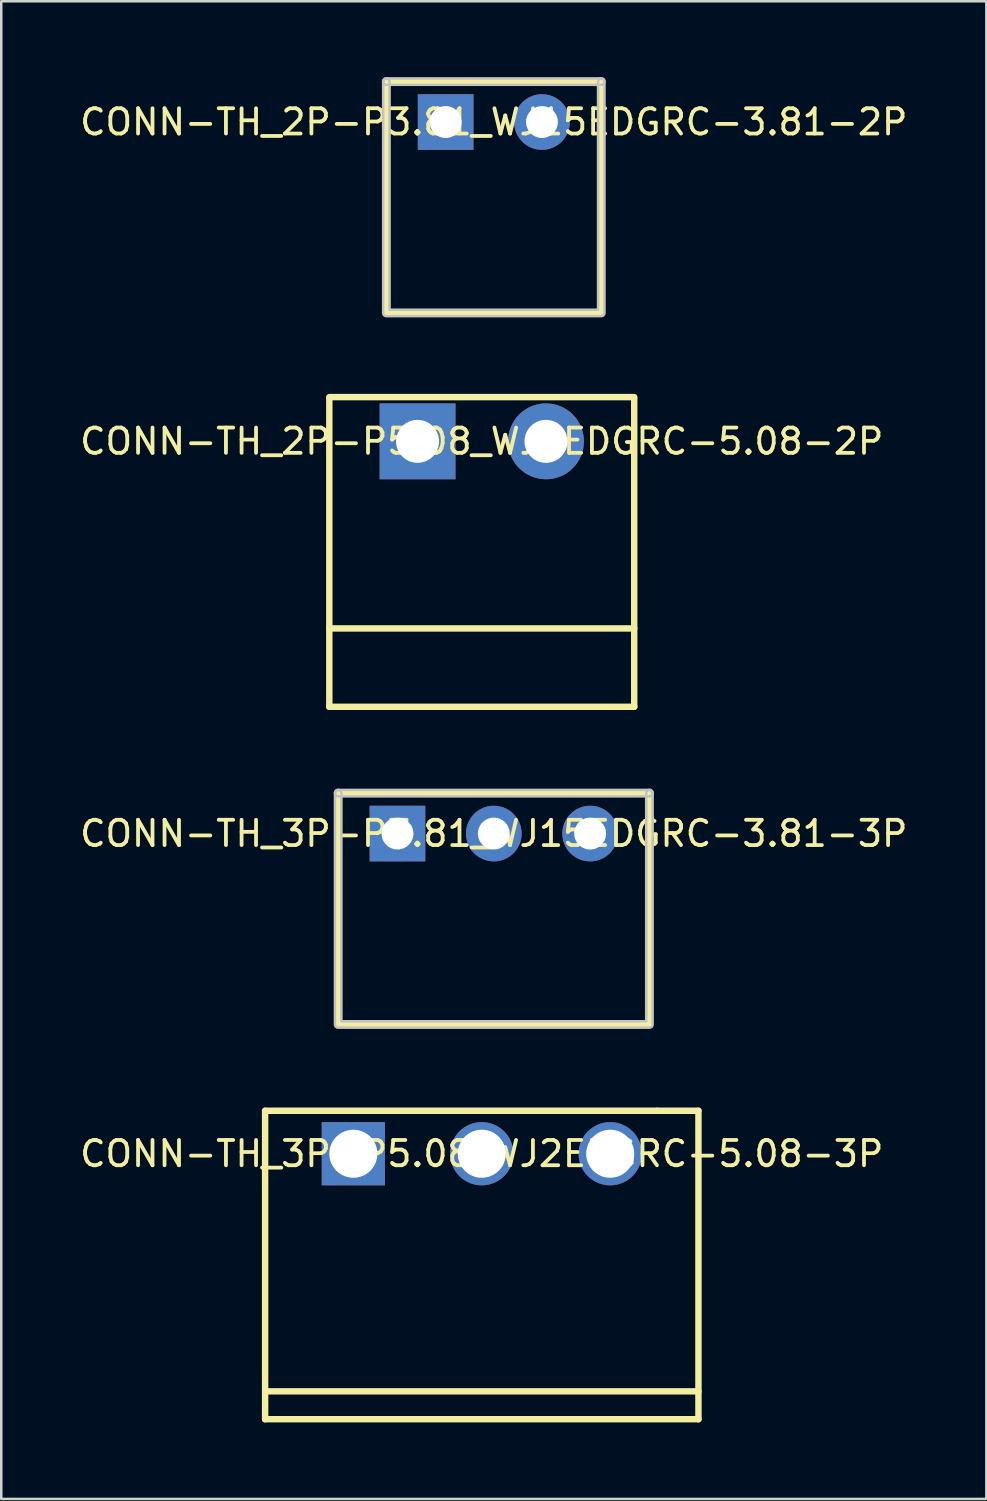
<source format=kicad_pcb>
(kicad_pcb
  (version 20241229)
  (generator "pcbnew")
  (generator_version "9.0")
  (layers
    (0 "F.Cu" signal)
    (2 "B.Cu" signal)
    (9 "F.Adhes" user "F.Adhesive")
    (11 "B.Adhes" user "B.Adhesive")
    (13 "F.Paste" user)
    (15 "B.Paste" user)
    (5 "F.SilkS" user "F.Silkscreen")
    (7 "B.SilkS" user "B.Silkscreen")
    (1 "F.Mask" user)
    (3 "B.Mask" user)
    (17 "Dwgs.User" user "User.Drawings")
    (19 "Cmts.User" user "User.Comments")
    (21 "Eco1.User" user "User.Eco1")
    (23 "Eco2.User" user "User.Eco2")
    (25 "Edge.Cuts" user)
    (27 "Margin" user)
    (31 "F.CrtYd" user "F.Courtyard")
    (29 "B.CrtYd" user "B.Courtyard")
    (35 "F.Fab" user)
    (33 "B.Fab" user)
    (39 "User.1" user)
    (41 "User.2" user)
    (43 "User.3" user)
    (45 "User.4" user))
  (footprint "CONN-TH_2P-P3.81_WJ15EDGRC-3.81-2P"
    (layer "F.Cu")
    (at 16.482 1.777)
    (property "Reference" "CONN-TH_2P-P3.81_WJ15EDGRC-3.81-2P" (at 0 0 0) (unlocked yes) (layer "F.SilkS") (effects (font (size 1 1) (thickness 0.15))))
    (fp_line (start -4.25 -1.6) (end -4.25 7.55) (stroke (width 0.254) (type default)) (layer "F.SilkS"))
    (fp_line (start -4.25 7.55) (end 4.25 7.55) (stroke (width 0.254) (type default)) (layer "F.SilkS"))
    (fp_line (start 4.25 -1.6) (end -4.25 -1.6) (stroke (width 0.254) (type default)) (layer "F.SilkS"))
    (fp_line (start 4.25 7.55) (end 4.25 -1.6) (stroke (width 0.254) (type default)) (layer "F.SilkS"))
    (fp_poly (pts (arc (start 4.25 -1.727) (mid 4.377 -1.6) (end 4.25 -1.473)) (arc (start -4.25 -1.473) (mid -4.377 -1.6) (end -4.25 -1.727))) (stroke (width 0.1) (type default)) (fill no) (layer "Dwgs.User"))
    (fp_poly (pts (arc (start -4.377 -1.6) (mid -4.25 -1.727) (end -4.123 -1.6)) (xy -4.123 7.423) (xy 4.123 7.423) (arc (start 4.123 -1.6) (mid 4.25 -1.727) (end 4.377 -1.6)) (arc (start 4.377 7.55) (mid 4.339803 7.639803) (end 4.25 7.677)) (arc (start -4.25 7.677) (mid -4.339803 7.639803) (end -4.377 7.55))) (stroke (width 0.1) (type default)) (fill no) (layer "Dwgs.User"))
    (fp_poly (pts (xy -2.305 -0.4) (xy -1.505 -0.4) (xy -1.505 0.4) (xy -2.305 0.4)) (stroke (width 0.1) (type default)) (fill no) (layer "User.1"))
    (fp_poly (pts (xy 1.505 -0.4) (xy 2.305 -0.4) (xy 2.305 0.4) (xy 1.505 0.4)) (stroke (width 0.1) (type default)) (fill no) (layer "User.1"))
    (fp_line (start -4.25 -1.6) (end 4.25 -1.6) (stroke (width 0.051) (type default)) (layer "User.2"))
    (fp_line (start -4.25 7.55) (end -4.25 -1.6) (stroke (width 0.051) (type default)) (layer "User.2"))
    (fp_line (start 4.25 -1.6) (end 4.25 7.55) (stroke (width 0.051) (type default)) (layer "User.2"))
    (fp_line (start 4.25 7.55) (end -4.25 7.55) (stroke (width 0.051) (type default)) (layer "User.2"))
    (fp_poly (pts (xy -4.19 7.55) (xy -4.208 7.508) (xy -4.25 7.49) (xy -4.292 7.508) (xy -4.31 7.55) (xy -4.292 7.592) (xy -4.25 7.61) (xy -4.208 7.592)) (stroke (width 0.1) (type default)) (fill no) (layer "User.3"))
    (pad "1" thru_hole rect (at -1.905 0) (size 2.2 2.2) (drill 1.26) (layers "*.Cu" "*.Mask"))
    (pad "2" thru_hole circle (at 1.905 0) (size 2.2 2.2) (drill 1.26) (layers "*.Cu" "*.Mask")))
  (footprint "CONN-TH_3P-P3.81_WJ15EDGRC-3.81-3P"
    (layer "F.Cu")
    (at 16.482 29.921)
    (property "Reference" "CONN-TH_3P-P3.81_WJ15EDGRC-3.81-3P" (at 0 0 0) (unlocked yes) (layer "F.SilkS") (effects (font (size 1 1) (thickness 0.15))))
    (fp_line (start -6.155 -1.6) (end -6.155 7.55) (stroke (width 0.254) (type default)) (layer "F.SilkS"))
    (fp_line (start -6.155 7.55) (end 6.155 7.55) (stroke (width 0.254) (type default)) (layer "F.SilkS"))
    (fp_line (start 6.155 -1.6) (end -6.155 -1.6) (stroke (width 0.254) (type default)) (layer "F.SilkS"))
    (fp_line (start 6.155 7.55) (end 6.155 -1.6) (stroke (width 0.254) (type default)) (layer "F.SilkS"))
    (fp_poly (pts (arc (start 6.155 -1.727) (mid 6.282 -1.6) (end 6.155 -1.473)) (arc (start -6.155 -1.473) (mid -6.282 -1.6) (end -6.155 -1.727))) (stroke (width 0.1) (type default)) (fill no) (layer "Dwgs.User"))
    (fp_poly (pts (arc (start -6.282 -1.6) (mid -6.155 -1.727) (end -6.028 -1.6)) (xy -6.028 7.423) (xy 6.028 7.423) (arc (start 6.028 -1.6) (mid 6.155 -1.727) (end 6.282 -1.6)) (arc (start 6.282 7.55) (mid 6.244803 7.639803) (end 6.155 7.677)) (arc (start -6.155 7.677) (mid -6.244803 7.639803) (end -6.282 7.55))) (stroke (width 0.1) (type default)) (fill no) (layer "Dwgs.User"))
    (fp_poly (pts (xy -4.21 -0.4) (xy -3.41 -0.4) (xy -3.41 0.4) (xy -4.21 0.4)) (stroke (width 0.1) (type default)) (fill no) (layer "User.1"))
    (fp_poly (pts (xy -0.4 -0.4) (xy 0.4 -0.4) (xy 0.4 0.4) (xy -0.4 0.4)) (stroke (width 0.1) (type default)) (fill no) (layer "User.1"))
    (fp_poly (pts (xy 3.41 -0.4) (xy 4.21 -0.4) (xy 4.21 0.4) (xy 3.41 0.4)) (stroke (width 0.1) (type default)) (fill no) (layer "User.1"))
    (fp_line (start -6.155 -1.6) (end 6.155 -1.6) (stroke (width 0.051) (type default)) (layer "User.2"))
    (fp_line (start -6.155 7.55) (end -6.155 -1.6) (stroke (width 0.051) (type default)) (layer "User.2"))
    (fp_line (start 6.155 -1.6) (end 6.155 7.55) (stroke (width 0.051) (type default)) (layer "User.2"))
    (fp_line (start 6.155 7.55) (end -6.155 7.55) (stroke (width 0.051) (type default)) (layer "User.2"))
    (fp_poly (pts (xy -6.095 7.55) (xy -6.113 7.508) (xy -6.155 7.49) (xy -6.197 7.508) (xy -6.215 7.55) (xy -6.197 7.592) (xy -6.155 7.61) (xy -6.113 7.592)) (stroke (width 0.1) (type default)) (fill no) (layer "User.3"))
    (pad "1" thru_hole rect (at -3.81 0) (size 2.2 2.2) (drill 1.26) (layers "*.Cu" "*.Mask"))
    (pad "2" thru_hole circle (at 0 0) (size 2.2 2.2) (drill 1.26) (layers "*.Cu" "*.Mask"))
    (pad "3" thru_hole circle (at 3.81 0) (size 2.2 2.2) (drill 1.26) (layers "*.Cu" "*.Mask")))
  (footprint "CONN-TH_2P-P5.08_WJ2EDGRC-5.08-2P"
    (layer "F.Cu")
    (at 16.006 14.407)
    (property "Reference" "CONN-TH_2P-P5.08_WJ2EDGRC-5.08-2P" (at 0 0 0) (unlocked yes) (layer "F.SilkS") (effects (font (size 1 1) (thickness 0.15))))
    (fp_line (start -6.03 7.4) (end 6.03 7.4) (stroke (width 0.254) (type default)) (layer "F.SilkS"))
    (fp_line (start -6.03 10.5) (end -6.03 -1.7) (stroke (width 0.254) (type default)) (layer "F.SilkS"))
    (fp_line (start -6.03 10.5) (end 6.03 10.5) (stroke (width 0.254) (type default)) (layer "F.SilkS"))
    (fp_line (start 6.03 -1.75) (end -6.03 -1.75) (stroke (width 0.254) (type default)) (layer "F.SilkS"))
    (fp_line (start 6.03 10.5) (end 6.03 -1.7) (stroke (width 0.254) (type default)) (layer "F.SilkS"))
    (fp_poly (pts (xy -1.79 0) (xy -1.809 -0.167) (xy -1.864 -0.325) (xy -1.954 -0.468) (xy -2.072 -0.586) (xy -2.215 -0.676) (xy -2.373 -0.731) (xy -2.54 -0.75) (xy -2.707 -0.731) (xy -2.865 -0.676) (xy -3.008 -0.586) (xy -3.126 -0.468) (xy -3.216 -0.325) (xy -3.271 -0.167) (xy -3.29 0) (xy -3.271 0.167) (xy -3.216 0.325) (xy -3.126 0.468) (xy -3.008 0.586) (xy -2.865 0.676) (xy -2.707 0.731) (xy -2.54 0.75) (xy -2.373 0.731) (xy -2.215 0.676) (xy -2.072 0.586) (xy -1.954 0.468) (xy -1.864 0.325) (xy -1.809 0.167)) (stroke (width 0.1) (type default)) (fill no) (layer "User.1"))
    (fp_poly (pts (xy 3.29 0) (xy 3.271 -0.167) (xy 3.216 -0.325) (xy 3.126 -0.468) (xy 3.008 -0.586) (xy 2.865 -0.676) (xy 2.707 -0.731) (xy 2.54 -0.75) (xy 2.373 -0.731) (xy 2.215 -0.676) (xy 2.072 -0.586) (xy 1.954 -0.468) (xy 1.864 -0.325) (xy 1.809 -0.167) (xy 1.79 0) (xy 1.809 0.167) (xy 1.864 0.325) (xy 1.954 0.468) (xy 2.072 0.586) (xy 2.215 0.676) (xy 2.373 0.731) (xy 2.54 0.75) (xy 2.707 0.731) (xy 2.865 0.676) (xy 3.008 0.586) (xy 3.126 0.468) (xy 3.216 0.325) (xy 3.271 0.167)) (stroke (width 0.1) (type default)) (fill no) (layer "User.1"))
    (fp_line (start -6.157 -1.877) (end 6.157 -1.877) (stroke (width 0.051) (type default)) (layer "User.2"))
    (fp_line (start -6.157 10.627) (end -6.157 -1.877) (stroke (width 0.051) (type default)) (layer "User.2"))
    (fp_line (start 6.157 -1.877) (end 6.157 10.627) (stroke (width 0.051) (type default)) (layer "User.2"))
    (fp_line (start 6.157 10.627) (end -6.157 10.627) (stroke (width 0.051) (type default)) (layer "User.2"))
    (fp_poly (pts (xy -6.097 10.627) (xy -6.115 10.585) (xy -6.157 10.567) (xy -6.199 10.585) (xy -6.217 10.627) (xy -6.199 10.669) (xy -6.157 10.687) (xy -6.115 10.669)) (stroke (width 0.1) (type default)) (fill no) (layer "User.3"))
    (pad "1" thru_hole rect (at -2.54 0) (size 3 3) (drill 1.7) (layers "*.Cu" "*.Mask"))
    (pad "2" thru_hole circle (at 2.54 0) (size 3 3) (drill 1.7) (layers "*.Cu" "*.Mask")))
  (footprint "CONN-TH_3P-P5.08_WJ2EDGRC-5.08-3P"
    (layer "F.Cu")
    (at 16.006 42.585)
    (property "Reference" "CONN-TH_3P-P5.08_WJ2EDGRC-5.08-3P" (at 0 0 0) (unlocked yes) (layer "F.SilkS") (effects (font (size 1 1) (thickness 0.15))))
    (fp_line (start -8.57 -1.7) (end -8.57 10.5) (stroke (width 0.254) (type default)) (layer "F.SilkS"))
    (fp_line (start -8.57 -1.7) (end 6.949 -1.7) (stroke (width 0.254) (type default)) (layer "F.SilkS"))
    (fp_line (start -8.57 9.398) (end 8.57 9.398) (stroke (width 0.254) (type default)) (layer "F.SilkS"))
    (fp_line (start 6.949 -1.7) (end 8.57 -1.7) (stroke (width 0.254) (type default)) (layer "F.SilkS"))
    (fp_line (start 8.57 10.5) (end -8.57 10.5) (stroke (width 0.254) (type default)) (layer "F.SilkS"))
    (fp_line (start 8.57 10.5) (end 8.57 -1.7) (stroke (width 0.254) (type default)) (layer "F.SilkS"))
    (fp_poly (pts (xy -4.23 0) (xy -4.249 -0.177) (xy -4.303 -0.346) (xy -4.392 -0.5) (xy -4.511 -0.632) (xy -4.655 -0.736) (xy -4.817 -0.808) (xy -4.991 -0.845) (xy -5.169 -0.845) (xy -5.343 -0.808) (xy -5.505 -0.736) (xy -5.649 -0.632) (xy -5.768 -0.5) (xy -5.857 -0.346) (xy -5.911 -0.177) (xy -5.93 0) (xy -5.911 0.177) (xy -5.857 0.346) (xy -5.768 0.5) (xy -5.649 0.632) (xy -5.505 0.736) (xy -5.343 0.808) (xy -5.169 0.845) (xy -4.991 0.845) (xy -4.817 0.808) (xy -4.655 0.736) (xy -4.511 0.632) (xy -4.392 0.5) (xy -4.303 0.346) (xy -4.249 0.177)) (stroke (width 0.1) (type default)) (fill no) (layer "User.1"))
    (fp_poly (pts (xy 0.85 0) (xy 0.831 -0.177) (xy 0.777 -0.346) (xy 0.688 -0.5) (xy 0.569 -0.632) (xy 0.425 -0.736) (xy 0.263 -0.808) (xy 0.089 -0.845) (xy -0.089 -0.845) (xy -0.263 -0.808) (xy -0.425 -0.736) (xy -0.569 -0.632) (xy -0.688 -0.5) (xy -0.777 -0.346) (xy -0.831 -0.177) (xy -0.85 0) (xy -0.831 0.177) (xy -0.777 0.346) (xy -0.688 0.5) (xy -0.569 0.632) (xy -0.425 0.736) (xy -0.263 0.808) (xy -0.089 0.845) (xy 0.089 0.845) (xy 0.263 0.808) (xy 0.425 0.736) (xy 0.569 0.632) (xy 0.688 0.5) (xy 0.777 0.346) (xy 0.831 0.177)) (stroke (width 0.1) (type default)) (fill no) (layer "User.1"))
    (fp_poly (pts (xy 5.93 0) (xy 5.911 -0.177) (xy 5.857 -0.346) (xy 5.768 -0.5) (xy 5.649 -0.632) (xy 5.505 -0.736) (xy 5.343 -0.808) (xy 5.169 -0.845) (xy 4.991 -0.845) (xy 4.817 -0.808) (xy 4.655 -0.736) (xy 4.511 -0.632) (xy 4.392 -0.5) (xy 4.303 -0.346) (xy 4.249 -0.177) (xy 4.23 0) (xy 4.249 0.177) (xy 4.303 0.346) (xy 4.392 0.5) (xy 4.511 0.632) (xy 4.655 0.736) (xy 4.817 0.808) (xy 4.991 0.845) (xy 5.169 0.845) (xy 5.343 0.808) (xy 5.505 0.736) (xy 5.649 0.632) (xy 5.768 0.5) (xy 5.857 0.346) (xy 5.911 0.177)) (stroke (width 0.1) (type default)) (fill no) (layer "User.1"))
    (fp_line (start -8.697 -1.827) (end 8.697 -1.827) (stroke (width 0.051) (type default)) (layer "User.2"))
    (fp_line (start -8.697 10.627) (end -8.697 -1.827) (stroke (width 0.051) (type default)) (layer "User.2"))
    (fp_line (start 8.697 -1.827) (end 8.697 10.627) (stroke (width 0.051) (type default)) (layer "User.2"))
    (fp_line (start 8.697 10.627) (end -8.697 10.627) (stroke (width 0.051) (type default)) (layer "User.2"))
    (fp_poly (pts (xy -8.637 -1.827) (xy -8.655 -1.869) (xy -8.697 -1.887) (xy -8.739 -1.869) (xy -8.757 -1.827) (xy -8.739 -1.785) (xy -8.697 -1.767) (xy -8.655 -1.785)) (stroke (width 0.1) (type default)) (fill no) (layer "User.3"))
    (pad "1" thru_hole rect (at -5.08 0) (size 2.5 2.5) (drill 1.9) (layers "*.Cu" "*.Mask"))
    (pad "2" thru_hole circle (at 0 0) (size 2.5 2.5) (drill 1.9) (layers "*.Cu" "*.Mask"))
    (pad "3" thru_hole circle (at 5.08 0) (size 2.5 2.5) (drill 1.9) (layers "*.Cu" "*.Mask")))
  (gr_rect
    (start -3 -3)
    (end 35.964 56.238)
    (stroke (width 0.1) (type default))
    (fill no)
    (layer "Edge.Cuts")))
</source>
